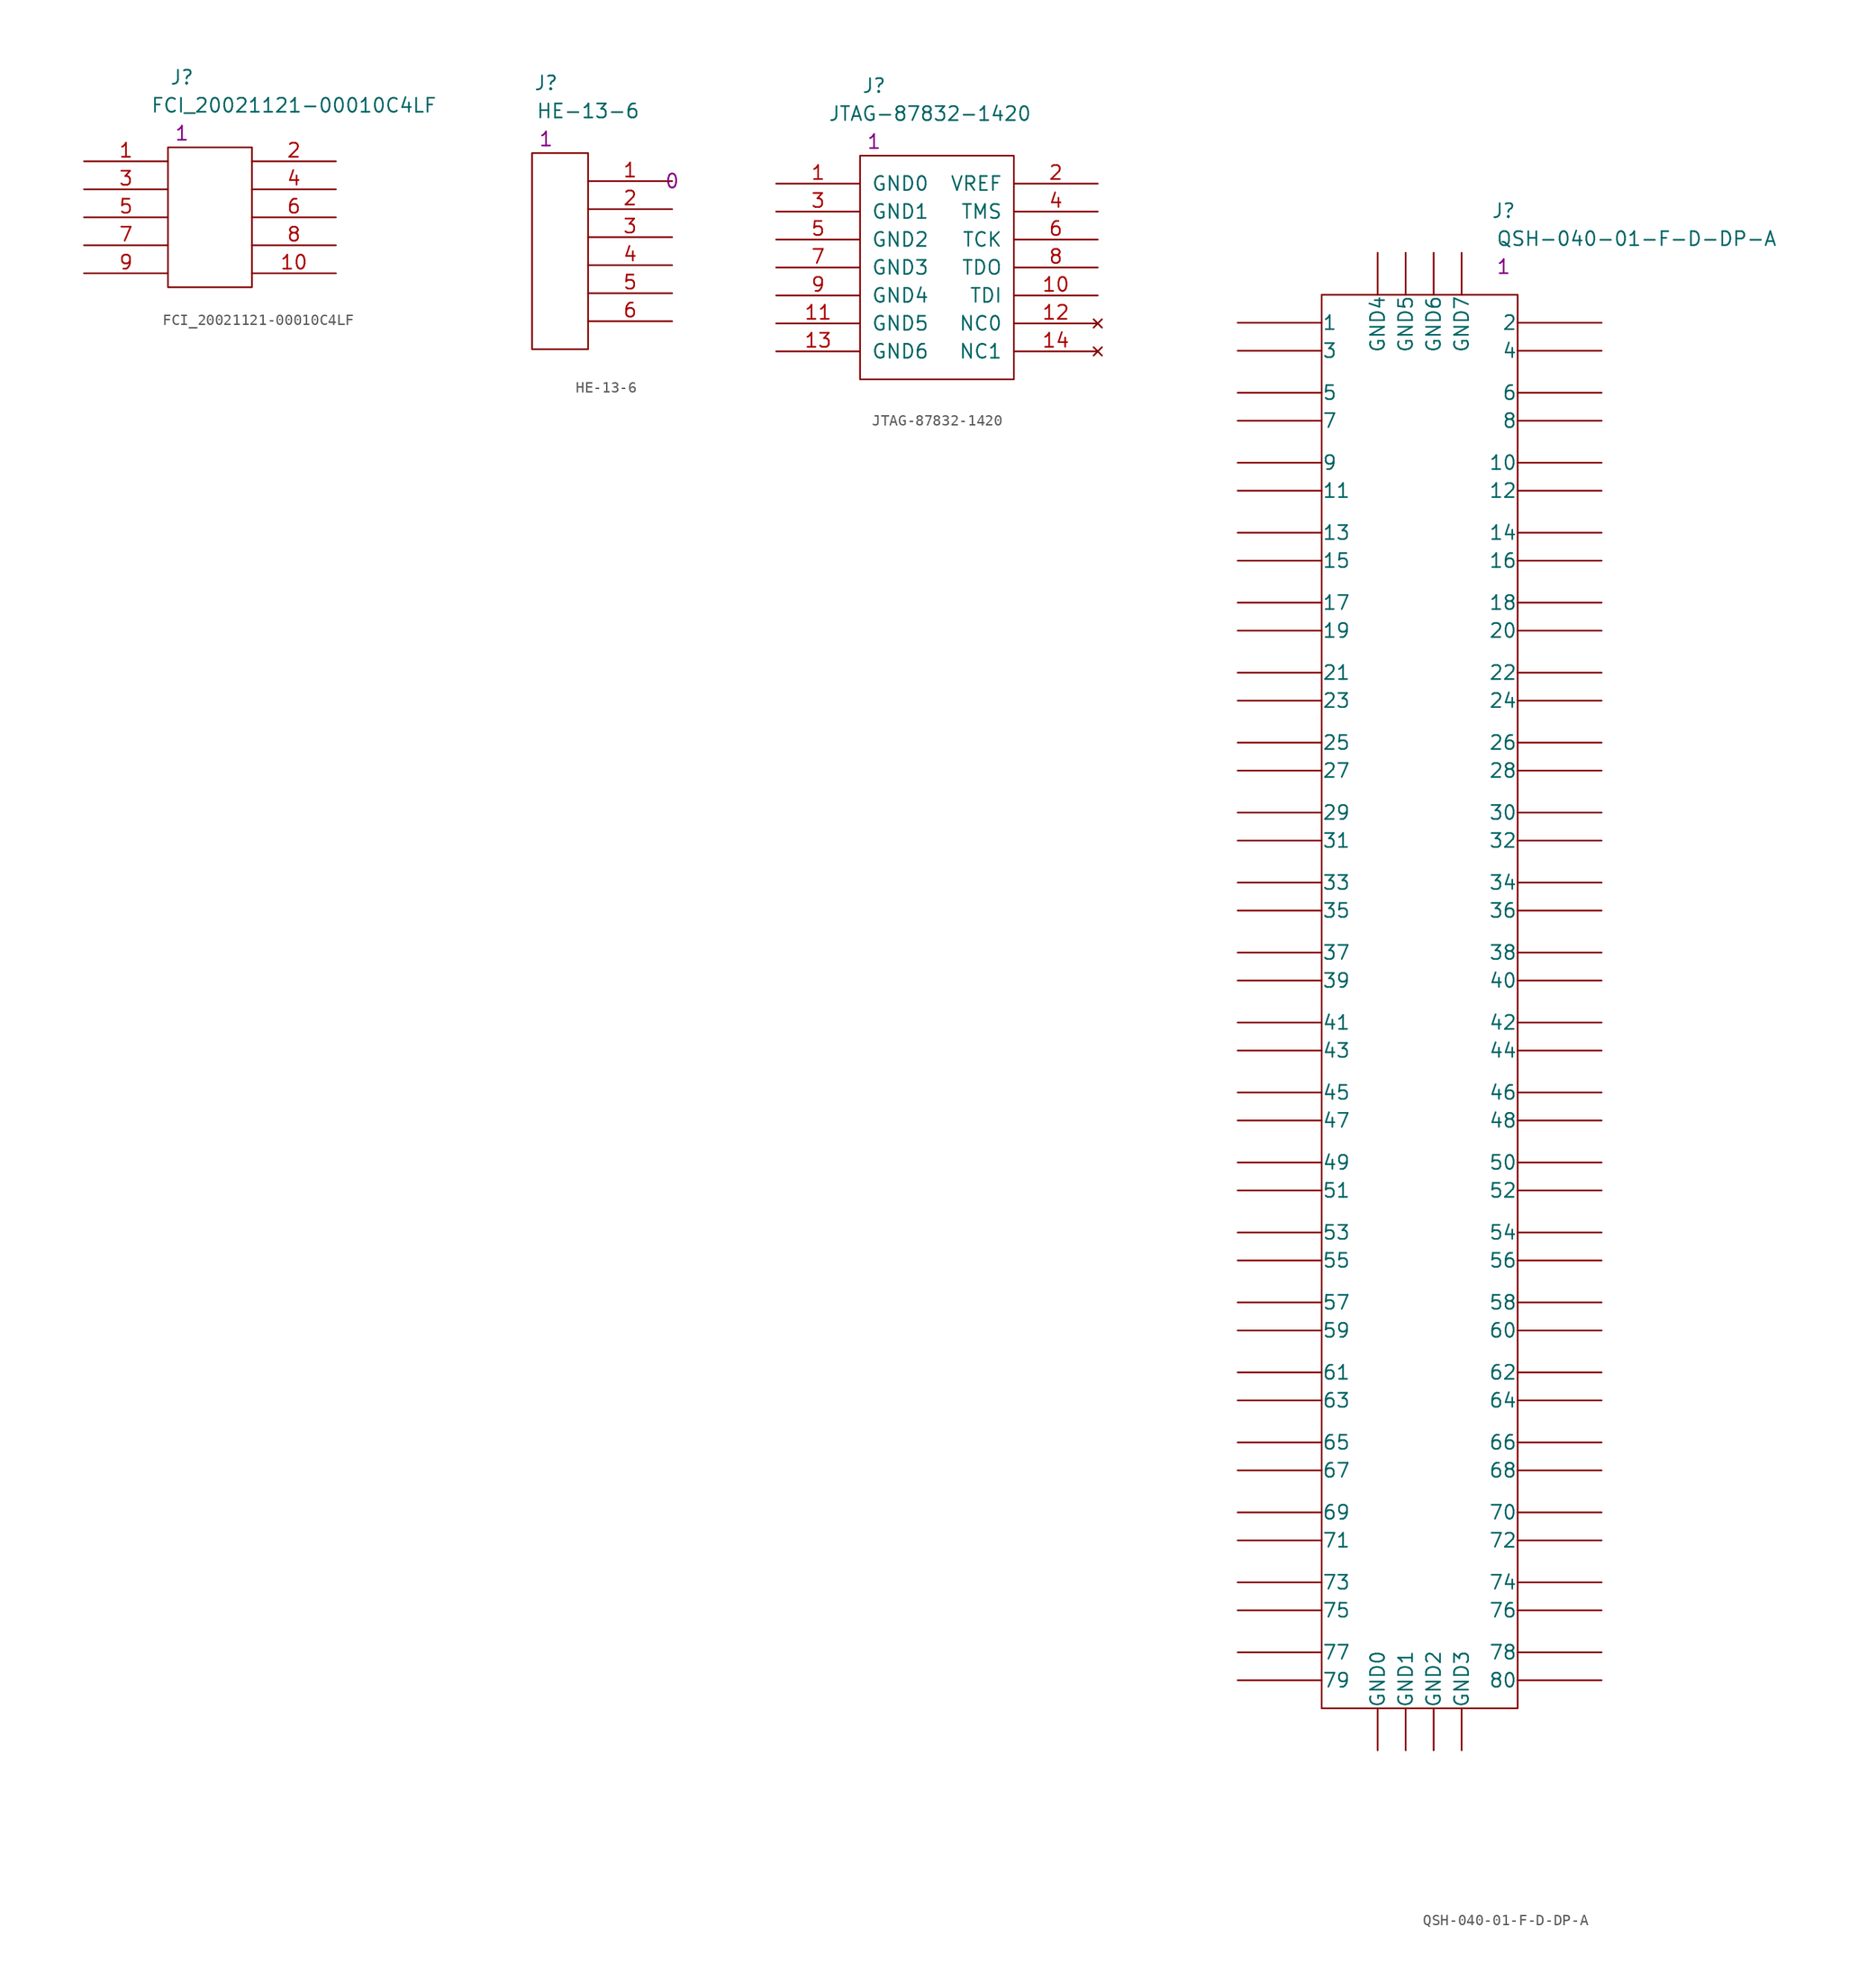
<source format=kicad_sym>
(kicad_symbol_lib
  (version 20211014)
  (generator kicad_symbol_editor)
  (symbol "FCI_20021121-00010C4LF"
    (pin_names
      (offset 1.016) hide)
    (property "Reference" "J"
      (at 8.89 7.62 0)
      (effects (font (size 1.27 1.27))))
    (property "Value" "FCI_20021121-00010C4LF"
      (at 19.05 5.08 0)
      (effects (font (size 1.27 1.27))))
    (property "Datasheet" ""
      (at 0 0 0)
      (effects (font (size 1.27 1.27))))
    (property "Qty" "1"
      (at 8.89 2.54 0)
      (effects (font (size 1.27 1.27))))
    (property "Height" ""
      (at 0 0 0)
      (effects (font (size 1.27 1.27))))
    (symbol "FCI_20021121-00010C4LF_0_1"
      (rectangle (start 7.62 1.27) (end 15.24 -11.43) (stroke (width 0) (type default) (color 0 0 0 0)) (fill (type none))))
    (symbol "FCI_20021121-00010C4LF_1_1"
      (pin passive line (at 0 0 0) (length 7.62) (name "1" (effects (font (size 1.27 1.27)))) (number "1" (effects (font (size 1.27 1.27)))))
      (pin passive line (at 22.86 -10.16 180) (length 7.62) (name "10" (effects (font (size 1.27 1.27)))) (number "10" (effects (font (size 1.27 1.27)))))
      (pin passive line (at 22.86 0 180) (length 7.62) (name "2" (effects (font (size 1.27 1.27)))) (number "2" (effects (font (size 1.27 1.27)))))
      (pin passive line (at 0 -2.54 0) (length 7.62) (name "3" (effects (font (size 1.27 1.27)))) (number "3" (effects (font (size 1.27 1.27)))))
      (pin passive line (at 22.86 -2.54 180) (length 7.62) (name "4" (effects (font (size 1.27 1.27)))) (number "4" (effects (font (size 1.27 1.27)))))
      (pin passive line (at 0 -5.08 0) (length 7.62) (name "5" (effects (font (size 1.27 1.27)))) (number "5" (effects (font (size 1.27 1.27)))))
      (pin passive line (at 22.86 -5.08 180) (length 7.62) (name "6" (effects (font (size 1.27 1.27)))) (number "6" (effects (font (size 1.27 1.27)))))
      (pin passive line (at 0 -7.62 0) (length 7.62) (name "7" (effects (font (size 1.27 1.27)))) (number "7" (effects (font (size 1.27 1.27)))))
      (pin passive line (at 22.86 -7.62 180) (length 7.62) (name "8" (effects (font (size 1.27 1.27)))) (number "8" (effects (font (size 1.27 1.27)))))
      (pin passive line (at 0 -10.16 0) (length 7.62) (name "9" (effects (font (size 1.27 1.27)))) (number "9" (effects (font (size 1.27 1.27)))))))
  (symbol "HE-13-6"
    (pin_names
      (offset 1.016) hide)
    (property "Reference" "J"
      (at -11.43 8.89 0)
      (effects (font (size 1.27 1.27))))
    (property "Value" "HE-13-6"
      (at -7.62 6.35 0)
      (effects (font (size 1.27 1.27))))
    (property "Datasheet" ""
      (at 0 0 0)
      (effects (font (size 1.27 1.27))))
    (property "Qty" "1"
      (at -11.43 3.81 0)
      (effects (font (size 1.27 1.27))))
    (property "Height" "0"
      (at 0 0 0)
      (effects (font (size 1.27 1.27))))
    (symbol "HE-13-6_0_1"
      (rectangle (start -7.62 2.54) (end -12.7 -15.24) (stroke (width 0) (type default) (color 0 0 0 0)) (fill (type none))))
    (symbol "HE-13-6_1_1"
      (pin passive line (at 0 0 180) (length 7.62) (name "1" (effects (font (size 1.27 1.27)))) (number "1" (effects (font (size 1.27 1.27)))))
      (pin passive line (at 0 -2.54 180) (length 7.62) (name "2" (effects (font (size 1.27 1.27)))) (number "2" (effects (font (size 1.27 1.27)))))
      (pin passive line (at 0 -5.08 180) (length 7.62) (name "3" (effects (font (size 1.27 1.27)))) (number "3" (effects (font (size 1.27 1.27)))))
      (pin passive line (at 0 -7.62 180) (length 7.62) (name "4" (effects (font (size 1.27 1.27)))) (number "4" (effects (font (size 1.27 1.27)))))
      (pin passive line (at 0 -10.16 180) (length 7.62) (name "5" (effects (font (size 1.27 1.27)))) (number "5" (effects (font (size 1.27 1.27)))))
      (pin passive line (at 0 -12.7 180) (length 7.62) (name "6" (effects (font (size 1.27 1.27)))) (number "6" (effects (font (size 1.27 1.27)))))))
  (symbol "JTAG-87832-1420"
    (pin_names
      (offset 1.016))
    (property "Reference" "J"
      (at 8.89 8.89 0)
      (effects (font (size 1.27 1.27))))
    (property "Value" "JTAG-87832-1420"
      (at 13.97 6.35 0)
      (effects (font (size 1.27 1.27))))
    (property "Datasheet" ""
      (at 0 0 0)
      (effects (font (size 1.27 1.27))))
    (property "Qty" "1"
      (at 8.89 3.81 0)
      (effects (font (size 1.27 1.27))))
    (property "Height" ""
      (at 0 0 0)
      (effects (font (size 1.27 1.27))))
    (symbol "JTAG-87832-1420_0_1"
      (rectangle (start 7.62 2.54) (end 21.59 -17.78) (stroke (width 0) (type default) (color 0 0 0 0)) (fill (type none))))
    (symbol "JTAG-87832-1420_1_1"
      (pin power_in line (at 0 0 0) (length 7.62) (name "GND0" (effects (font (size 1.27 1.27)))) (number "1" (effects (font (size 1.27 1.27)))))
      (pin output line (at 29.21 -10.16 180) (length 7.62) (name "TDI" (effects (font (size 1.27 1.27)))) (number "10" (effects (font (size 1.27 1.27)))))
      (pin power_in line (at 0 -12.7 0) (length 7.62) (name "GND5" (effects (font (size 1.27 1.27)))) (number "11" (effects (font (size 1.27 1.27)))))
      (pin no_connect line (at 29.21 -12.7 180) (length 7.62) (name "NC0" (effects (font (size 1.27 1.27)))) (number "12" (effects (font (size 1.27 1.27)))))
      (pin power_in line (at 0 -15.24 0) (length 7.62) (name "GND6" (effects (font (size 1.27 1.27)))) (number "13" (effects (font (size 1.27 1.27)))))
      (pin no_connect line (at 29.21 -15.24 180) (length 7.62) (name "NC1" (effects (font (size 1.27 1.27)))) (number "14" (effects (font (size 1.27 1.27)))))
      (pin power_in line (at 29.21 0 180) (length 7.62) (name "VREF" (effects (font (size 1.27 1.27)))) (number "2" (effects (font (size 1.27 1.27)))))
      (pin power_in line (at 0 -2.54 0) (length 7.62) (name "GND1" (effects (font (size 1.27 1.27)))) (number "3" (effects (font (size 1.27 1.27)))))
      (pin output line (at 29.21 -2.54 180) (length 7.62) (name "TMS" (effects (font (size 1.27 1.27)))) (number "4" (effects (font (size 1.27 1.27)))))
      (pin power_in line (at 0 -5.08 0) (length 7.62) (name "GND2" (effects (font (size 1.27 1.27)))) (number "5" (effects (font (size 1.27 1.27)))))
      (pin output line (at 29.21 -5.08 180) (length 7.62) (name "TCK" (effects (font (size 1.27 1.27)))) (number "6" (effects (font (size 1.27 1.27)))))
      (pin power_in line (at 0 -7.62 0) (length 7.62) (name "GND3" (effects (font (size 1.27 1.27)))) (number "7" (effects (font (size 1.27 1.27)))))
      (pin input line (at 29.21 -7.62 180) (length 7.62) (name "TDO" (effects (font (size 1.27 1.27)))) (number "8" (effects (font (size 1.27 1.27)))))
      (pin power_in line (at 0 -10.16 0) (length 7.62) (name "GND4" (effects (font (size 1.27 1.27)))) (number "9" (effects (font (size 1.27 1.27)))))))
  (symbol "QSH-040-01-F-D-DP-A"
    (pin_numbers hide)
    (pin_names
      (offset 0.025))
    (property "Reference" "J"
      (at 24.13 10.16 0)
      (effects (font (size 1.27 1.27))))
    (property "Value" "QSH-040-01-F-D-DP-A"
      (at 36.195 7.62 0)
      (effects (font (size 1.27 1.27))))
    (property "Datasheet" ""
      (at 0 0 0)
      (effects (font (size 1.27 1.27))))
    (property "Qty" "1"
      (at 24.13 5.08 0)
      (effects (font (size 1.27 1.27))))
    (property "Height" ""
      (at 0 0 0)
      (effects (font (size 1.27 1.27))))
    (symbol "QSH-040-01-F-D-DP-A_0_1"
      (rectangle (start 7.62 2.54) (end 25.4 -125.73) (stroke (width 0) (type default) (color 0 0 0 0)) (fill (type none))))
    (symbol "QSH-040-01-F-D-DP-A_1_1"
      (pin passive line (at 0 0 0) (length 7.62) (name "1" (effects (font (size 1.27 1.27)))) (number "1" (effects (font (size 1.27 1.27)))))
      (pin passive line (at 33.02 -12.7 180) (length 7.62) (name "10" (effects (font (size 1.27 1.27)))) (number "10" (effects (font (size 1.27 1.27)))))
      (pin passive line (at 0 -15.24 0) (length 7.62) (name "11" (effects (font (size 1.27 1.27)))) (number "11" (effects (font (size 1.27 1.27)))))
      (pin passive line (at 33.02 -15.24 180) (length 7.62) (name "12" (effects (font (size 1.27 1.27)))) (number "12" (effects (font (size 1.27 1.27)))))
      (pin passive line (at 0 -19.05 0) (length 7.62) (name "13" (effects (font (size 1.27 1.27)))) (number "13" (effects (font (size 1.27 1.27)))))
      (pin passive line (at 33.02 -19.05 180) (length 7.62) (name "14" (effects (font (size 1.27 1.27)))) (number "14" (effects (font (size 1.27 1.27)))))
      (pin passive line (at 0 -21.59 0) (length 7.62) (name "15" (effects (font (size 1.27 1.27)))) (number "15" (effects (font (size 1.27 1.27)))))
      (pin passive line (at 33.02 -21.59 180) (length 7.62) (name "16" (effects (font (size 1.27 1.27)))) (number "16" (effects (font (size 1.27 1.27)))))
      (pin passive line (at 0 -25.4 0) (length 7.62) (name "17" (effects (font (size 1.27 1.27)))) (number "17" (effects (font (size 1.27 1.27)))))
      (pin passive line (at 33.02 -25.4 180) (length 7.62) (name "18" (effects (font (size 1.27 1.27)))) (number "18" (effects (font (size 1.27 1.27)))))
      (pin passive line (at 0 -27.94 0) (length 7.62) (name "19" (effects (font (size 1.27 1.27)))) (number "19" (effects (font (size 1.27 1.27)))))
      (pin passive line (at 33.02 0 180) (length 7.62) (name "2" (effects (font (size 1.27 1.27)))) (number "2" (effects (font (size 1.27 1.27)))))
      (pin passive line (at 33.02 -27.94 180) (length 7.62) (name "20" (effects (font (size 1.27 1.27)))) (number "20" (effects (font (size 1.27 1.27)))))
      (pin passive line (at 0 -31.75 0) (length 7.62) (name "21" (effects (font (size 1.27 1.27)))) (number "21" (effects (font (size 1.27 1.27)))))
      (pin passive line (at 33.02 -31.75 180) (length 7.62) (name "22" (effects (font (size 1.27 1.27)))) (number "22" (effects (font (size 1.27 1.27)))))
      (pin passive line (at 0 -34.29 0) (length 7.62) (name "23" (effects (font (size 1.27 1.27)))) (number "23" (effects (font (size 1.27 1.27)))))
      (pin passive line (at 33.02 -34.29 180) (length 7.62) (name "24" (effects (font (size 1.27 1.27)))) (number "24" (effects (font (size 1.27 1.27)))))
      (pin passive line (at 0 -38.1 0) (length 7.62) (name "25" (effects (font (size 1.27 1.27)))) (number "25" (effects (font (size 1.27 1.27)))))
      (pin passive line (at 33.02 -38.1 180) (length 7.62) (name "26" (effects (font (size 1.27 1.27)))) (number "26" (effects (font (size 1.27 1.27)))))
      (pin passive line (at 0 -40.64 0) (length 7.62) (name "27" (effects (font (size 1.27 1.27)))) (number "27" (effects (font (size 1.27 1.27)))))
      (pin passive line (at 33.02 -40.64 180) (length 7.62) (name "28" (effects (font (size 1.27 1.27)))) (number "28" (effects (font (size 1.27 1.27)))))
      (pin passive line (at 0 -44.45 0) (length 7.62) (name "29" (effects (font (size 1.27 1.27)))) (number "29" (effects (font (size 1.27 1.27)))))
      (pin passive line (at 0 -2.54 0) (length 7.62) (name "3" (effects (font (size 1.27 1.27)))) (number "3" (effects (font (size 1.27 1.27)))))
      (pin passive line (at 33.02 -44.45 180) (length 7.62) (name "30" (effects (font (size 1.27 1.27)))) (number "30" (effects (font (size 1.27 1.27)))))
      (pin passive line (at 0 -46.99 0) (length 7.62) (name "31" (effects (font (size 1.27 1.27)))) (number "31" (effects (font (size 1.27 1.27)))))
      (pin passive line (at 33.02 -46.99 180) (length 7.62) (name "32" (effects (font (size 1.27 1.27)))) (number "32" (effects (font (size 1.27 1.27)))))
      (pin passive line (at 0 -50.8 0) (length 7.62) (name "33" (effects (font (size 1.27 1.27)))) (number "33" (effects (font (size 1.27 1.27)))))
      (pin passive line (at 33.02 -50.8 180) (length 7.62) (name "34" (effects (font (size 1.27 1.27)))) (number "34" (effects (font (size 1.27 1.27)))))
      (pin passive line (at 0 -53.34 0) (length 7.62) (name "35" (effects (font (size 1.27 1.27)))) (number "35" (effects (font (size 1.27 1.27)))))
      (pin passive line (at 33.02 -53.34 180) (length 7.62) (name "36" (effects (font (size 1.27 1.27)))) (number "36" (effects (font (size 1.27 1.27)))))
      (pin passive line (at 0 -57.15 0) (length 7.62) (name "37" (effects (font (size 1.27 1.27)))) (number "37" (effects (font (size 1.27 1.27)))))
      (pin passive line (at 33.02 -57.15 180) (length 7.62) (name "38" (effects (font (size 1.27 1.27)))) (number "38" (effects (font (size 1.27 1.27)))))
      (pin passive line (at 0 -59.69 0) (length 7.62) (name "39" (effects (font (size 1.27 1.27)))) (number "39" (effects (font (size 1.27 1.27)))))
      (pin passive line (at 33.02 -2.54 180) (length 7.62) (name "4" (effects (font (size 1.27 1.27)))) (number "4" (effects (font (size 1.27 1.27)))))
      (pin passive line (at 33.02 -59.69 180) (length 7.62) (name "40" (effects (font (size 1.27 1.27)))) (number "40" (effects (font (size 1.27 1.27)))))
      (pin passive line (at 0 -63.5 0) (length 7.62) (name "41" (effects (font (size 1.27 1.27)))) (number "41" (effects (font (size 1.27 1.27)))))
      (pin passive line (at 33.02 -63.5 180) (length 7.62) (name "42" (effects (font (size 1.27 1.27)))) (number "42" (effects (font (size 1.27 1.27)))))
      (pin passive line (at 0 -66.04 0) (length 7.62) (name "43" (effects (font (size 1.27 1.27)))) (number "43" (effects (font (size 1.27 1.27)))))
      (pin passive line (at 33.02 -66.04 180) (length 7.62) (name "44" (effects (font (size 1.27 1.27)))) (number "44" (effects (font (size 1.27 1.27)))))
      (pin passive line (at 0 -69.85 0) (length 7.62) (name "45" (effects (font (size 1.27 1.27)))) (number "45" (effects (font (size 1.27 1.27)))))
      (pin passive line (at 33.02 -69.85 180) (length 7.62) (name "46" (effects (font (size 1.27 1.27)))) (number "46" (effects (font (size 1.27 1.27)))))
      (pin passive line (at 0 -72.39 0) (length 7.62) (name "47" (effects (font (size 1.27 1.27)))) (number "47" (effects (font (size 1.27 1.27)))))
      (pin passive line (at 33.02 -72.39 180) (length 7.62) (name "48" (effects (font (size 1.27 1.27)))) (number "48" (effects (font (size 1.27 1.27)))))
      (pin passive line (at 0 -76.2 0) (length 7.62) (name "49" (effects (font (size 1.27 1.27)))) (number "49" (effects (font (size 1.27 1.27)))))
      (pin passive line (at 0 -6.35 0) (length 7.62) (name "5" (effects (font (size 1.27 1.27)))) (number "5" (effects (font (size 1.27 1.27)))))
      (pin passive line (at 33.02 -76.2 180) (length 7.62) (name "50" (effects (font (size 1.27 1.27)))) (number "50" (effects (font (size 1.27 1.27)))))
      (pin passive line (at 0 -78.74 0) (length 7.62) (name "51" (effects (font (size 1.27 1.27)))) (number "51" (effects (font (size 1.27 1.27)))))
      (pin passive line (at 33.02 -78.74 180) (length 7.62) (name "52" (effects (font (size 1.27 1.27)))) (number "52" (effects (font (size 1.27 1.27)))))
      (pin passive line (at 0 -82.55 0) (length 7.62) (name "53" (effects (font (size 1.27 1.27)))) (number "53" (effects (font (size 1.27 1.27)))))
      (pin passive line (at 33.02 -82.55 180) (length 7.62) (name "54" (effects (font (size 1.27 1.27)))) (number "54" (effects (font (size 1.27 1.27)))))
      (pin passive line (at 0 -85.09 0) (length 7.62) (name "55" (effects (font (size 1.27 1.27)))) (number "55" (effects (font (size 1.27 1.27)))))
      (pin passive line (at 33.02 -85.09 180) (length 7.62) (name "56" (effects (font (size 1.27 1.27)))) (number "56" (effects (font (size 1.27 1.27)))))
      (pin passive line (at 0 -88.9 0) (length 7.62) (name "57" (effects (font (size 1.27 1.27)))) (number "57" (effects (font (size 1.27 1.27)))))
      (pin passive line (at 33.02 -88.9 180) (length 7.62) (name "58" (effects (font (size 1.27 1.27)))) (number "58" (effects (font (size 1.27 1.27)))))
      (pin passive line (at 0 -91.44 0) (length 7.62) (name "59" (effects (font (size 1.27 1.27)))) (number "59" (effects (font (size 1.27 1.27)))))
      (pin passive line (at 33.02 -6.35 180) (length 7.62) (name "6" (effects (font (size 1.27 1.27)))) (number "6" (effects (font (size 1.27 1.27)))))
      (pin passive line (at 33.02 -91.44 180) (length 7.62) (name "60" (effects (font (size 1.27 1.27)))) (number "60" (effects (font (size 1.27 1.27)))))
      (pin passive line (at 0 -95.25 0) (length 7.62) (name "61" (effects (font (size 1.27 1.27)))) (number "61" (effects (font (size 1.27 1.27)))))
      (pin passive line (at 33.02 -95.25 180) (length 7.62) (name "62" (effects (font (size 1.27 1.27)))) (number "62" (effects (font (size 1.27 1.27)))))
      (pin passive line (at 0 -97.79 0) (length 7.62) (name "63" (effects (font (size 1.27 1.27)))) (number "63" (effects (font (size 1.27 1.27)))))
      (pin passive line (at 33.02 -97.79 180) (length 7.62) (name "64" (effects (font (size 1.27 1.27)))) (number "64" (effects (font (size 1.27 1.27)))))
      (pin passive line (at 0 -101.6 0) (length 7.62) (name "65" (effects (font (size 1.27 1.27)))) (number "65" (effects (font (size 1.27 1.27)))))
      (pin passive line (at 33.02 -101.6 180) (length 7.62) (name "66" (effects (font (size 1.27 1.27)))) (number "66" (effects (font (size 1.27 1.27)))))
      (pin passive line (at 0 -104.14 0) (length 7.62) (name "67" (effects (font (size 1.27 1.27)))) (number "67" (effects (font (size 1.27 1.27)))))
      (pin passive line (at 33.02 -104.14 180) (length 7.62) (name "68" (effects (font (size 1.27 1.27)))) (number "68" (effects (font (size 1.27 1.27)))))
      (pin passive line (at 0 -107.95 0) (length 7.62) (name "69" (effects (font (size 1.27 1.27)))) (number "69" (effects (font (size 1.27 1.27)))))
      (pin passive line (at 0 -8.89 0) (length 7.62) (name "7" (effects (font (size 1.27 1.27)))) (number "7" (effects (font (size 1.27 1.27)))))
      (pin passive line (at 33.02 -107.95 180) (length 7.62) (name "70" (effects (font (size 1.27 1.27)))) (number "70" (effects (font (size 1.27 1.27)))))
      (pin passive line (at 0 -110.49 0) (length 7.62) (name "71" (effects (font (size 1.27 1.27)))) (number "71" (effects (font (size 1.27 1.27)))))
      (pin passive line (at 33.02 -110.49 180) (length 7.62) (name "72" (effects (font (size 1.27 1.27)))) (number "72" (effects (font (size 1.27 1.27)))))
      (pin passive line (at 0 -114.3 0) (length 7.62) (name "73" (effects (font (size 1.27 1.27)))) (number "73" (effects (font (size 1.27 1.27)))))
      (pin passive line (at 33.02 -114.3 180) (length 7.62) (name "74" (effects (font (size 1.27 1.27)))) (number "74" (effects (font (size 1.27 1.27)))))
      (pin passive line (at 0 -116.84 0) (length 7.62) (name "75" (effects (font (size 1.27 1.27)))) (number "75" (effects (font (size 1.27 1.27)))))
      (pin passive line (at 33.02 -116.84 180) (length 7.62) (name "76" (effects (font (size 1.27 1.27)))) (number "76" (effects (font (size 1.27 1.27)))))
      (pin passive line (at 0 -120.65 0) (length 7.62) (name "77" (effects (font (size 1.27 1.27)))) (number "77" (effects (font (size 1.27 1.27)))))
      (pin passive line (at 33.02 -120.65 180) (length 7.62) (name "78" (effects (font (size 1.27 1.27)))) (number "78" (effects (font (size 1.27 1.27)))))
      (pin passive line (at 0 -123.19 0) (length 7.62) (name "79" (effects (font (size 1.27 1.27)))) (number "79" (effects (font (size 1.27 1.27)))))
      (pin passive line (at 33.02 -8.89 180) (length 7.62) (name "8" (effects (font (size 1.27 1.27)))) (number "8" (effects (font (size 1.27 1.27)))))
      (pin passive line (at 33.02 -123.19 180) (length 7.62) (name "80" (effects (font (size 1.27 1.27)))) (number "80" (effects (font (size 1.27 1.27)))))
      (pin power_in line (at 12.7 -129.54 90) (length 3.81) (name "GND0" (effects (font (size 1.27 1.27)))) (number "81" (effects (font (size 1.27 1.27)))))
      (pin power_in line (at 15.24 -129.54 90) (length 3.81) (name "GND1" (effects (font (size 1.27 1.27)))) (number "82" (effects (font (size 1.27 1.27)))))
      (pin power_in line (at 17.78 -129.54 90) (length 3.81) (name "GND2" (effects (font (size 1.27 1.27)))) (number "83" (effects (font (size 1.27 1.27)))))
      (pin power_in line (at 20.32 -129.54 90) (length 3.81) (name "GND3" (effects (font (size 1.27 1.27)))) (number "84" (effects (font (size 1.27 1.27)))))
      (pin power_in line (at 12.7 6.35 270) (length 3.81) (name "GND4" (effects (font (size 1.27 1.27)))) (number "85" (effects (font (size 1.27 1.27)))))
      (pin power_in line (at 15.24 6.35 270) (length 3.81) (name "GND5" (effects (font (size 1.27 1.27)))) (number "86" (effects (font (size 1.27 1.27)))))
      (pin power_in line (at 17.78 6.35 270) (length 3.81) (name "GND6" (effects (font (size 1.27 1.27)))) (number "87" (effects (font (size 1.27 1.27)))))
      (pin power_in line (at 20.32 6.35 270) (length 3.81) (name "GND7" (effects (font (size 1.27 1.27)))) (number "88" (effects (font (size 1.27 1.27)))))
      (pin passive line (at 0 -12.7 0) (length 7.62) (name "9" (effects (font (size 1.27 1.27)))) (number "9" (effects (font (size 1.27 1.27))))))))
</source>
